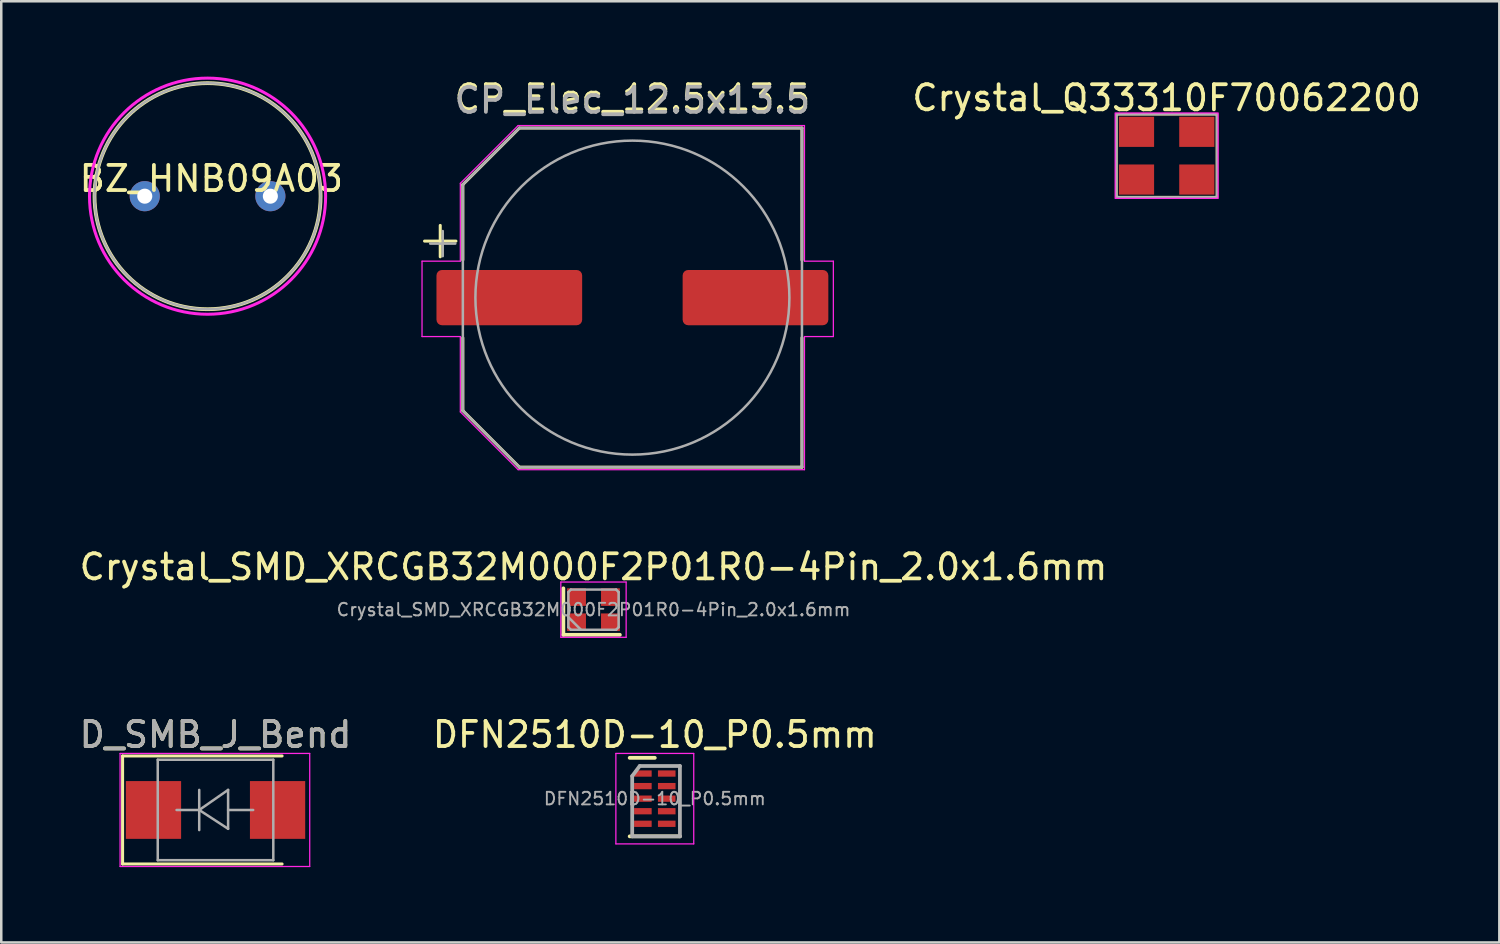
<source format=kicad_pcb>
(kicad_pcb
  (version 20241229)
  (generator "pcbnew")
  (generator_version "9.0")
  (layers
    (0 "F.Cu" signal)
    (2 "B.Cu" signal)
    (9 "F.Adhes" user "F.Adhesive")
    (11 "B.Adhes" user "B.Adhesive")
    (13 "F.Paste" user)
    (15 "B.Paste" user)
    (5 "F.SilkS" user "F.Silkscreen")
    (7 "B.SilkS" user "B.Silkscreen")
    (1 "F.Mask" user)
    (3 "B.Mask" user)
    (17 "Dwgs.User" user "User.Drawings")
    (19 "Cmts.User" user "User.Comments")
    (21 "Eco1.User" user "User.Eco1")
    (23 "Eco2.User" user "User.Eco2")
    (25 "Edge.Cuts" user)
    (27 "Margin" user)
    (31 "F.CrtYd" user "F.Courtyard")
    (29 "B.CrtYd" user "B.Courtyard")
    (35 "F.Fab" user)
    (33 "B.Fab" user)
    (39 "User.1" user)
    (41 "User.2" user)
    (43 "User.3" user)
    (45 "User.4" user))
  (footprint "D_SMB_J_Bend"
    (layer "F.Cu")
    (at 5.53 29.195)
    (property "Reference" "D_SMB_J_Bend" (at 0 -3 0) (layer "F.SilkS") (effects (font (size 1 1) (thickness 0.15))))
    (attr smd)
    (fp_line (start -3.7 -2.15) (end -3.7 2.15) (stroke (width 0.12) (type solid)) (layer "F.SilkS"))
    (fp_line (start -3.7 -2.15) (end 2.65 -2.15) (stroke (width 0.12) (type solid)) (layer "F.SilkS"))
    (fp_line (start -3.7 2.15) (end 2.65 2.15) (stroke (width 0.12) (type solid)) (layer "F.SilkS"))
    (fp_line (start -3.8 -2.25) (end 3.75 -2.25) (stroke (width 0.05) (type solid)) (layer "F.CrtYd"))
    (fp_line (start -3.8 2.25) (end -3.8 -2.25) (stroke (width 0.05) (type solid)) (layer "F.CrtYd"))
    (fp_line (start 3.75 -2.25) (end 3.75 2.25) (stroke (width 0.05) (type solid)) (layer "F.CrtYd"))
    (fp_line (start 3.75 2.25) (end -3.8 2.25) (stroke (width 0.05) (type solid)) (layer "F.CrtYd"))
    (fp_line (start -2.3 2) (end -2.3 -2) (stroke (width 0.1) (type solid)) (layer "F.Fab"))
    (fp_line (start -0.649 -0.799) (end -0.649 0.801) (stroke (width 0.1) (type solid)) (layer "F.Fab"))
    (fp_line (start -0.649 0.001) (end -1.551 0.001) (stroke (width 0.1) (type solid)) (layer "F.Fab"))
    (fp_line (start -0.649 0.001) (end 0.501 -0.799) (stroke (width 0.1) (type solid)) (layer "F.Fab"))
    (fp_line (start -0.649 0.001) (end 0.501 0.75) (stroke (width 0.1) (type solid)) (layer "F.Fab"))
    (fp_line (start 0.501 0.001) (end 1.499 0.001) (stroke (width 0.1) (type solid)) (layer "F.Fab"))
    (fp_line (start 0.501 0.75) (end 0.501 -0.799) (stroke (width 0.1) (type solid)) (layer "F.Fab"))
    (fp_line (start 2.3 -2) (end -2.3 -2) (stroke (width 0.1) (type solid)) (layer "F.Fab"))
    (fp_line (start 2.3 -2) (end 2.3 2) (stroke (width 0.1) (type solid)) (layer "F.Fab"))
    (fp_line (start 2.3 2) (end -2.3 2) (stroke (width 0.1) (type solid)) (layer "F.Fab"))
    (fp_text user "${REFERENCE}" (at 0 -3 0) (layer "F.Fab") (effects (font (size 1 1) (thickness 0.15))))
    (pad "1" smd rect (at -2.47 0) (size 2.2 2.3) (layers "F.Cu" "F.Mask" "F.Paste"))
    (pad "2" smd rect (at 2.47 0) (size 2.2 2.3) (layers "F.Cu" "F.Mask" "F.Paste")))
  (footprint "CP_Elec_12.5x13.5"
    (layer "F.Cu")
    (at 22.126 8.798)
    (property "Reference" "CP_Elec_12.5x13.5" (at 0 -7.95 0) (layer "F.SilkS") (effects (font (size 1 1) (thickness 0.15))))
    (attr smd)
    (fp_line (start -8.275 -2.25) (end -7.025 -2.25) (stroke (width 0.12) (type solid)) (layer "F.SilkS"))
    (fp_line (start -7.65 -2.875) (end -7.65 -1.625) (stroke (width 0.12) (type solid)) (layer "F.SilkS"))
    (fp_line (start -6.75 -4.5) (end -4.5 -6.75) (stroke (width 0.12) (type solid)) (layer "F.SilkS"))
    (fp_line (start -6.75 -1.5) (end -6.75 -4.5) (stroke (width 0.12) (type solid)) (layer "F.SilkS"))
    (fp_line (start -6.75 4.5) (end -6.75 1.6) (stroke (width 0.12) (type solid)) (layer "F.SilkS"))
    (fp_line (start -4.5 -6.75) (end 6.75 -6.75) (stroke (width 0.12) (type solid)) (layer "F.SilkS"))
    (fp_line (start -4.5 6.75) (end -6.75 4.5) (stroke (width 0.12) (type solid)) (layer "F.SilkS"))
    (fp_line (start 6.75 -6.75) (end 6.75 -1.5) (stroke (width 0.12) (type solid)) (layer "F.SilkS"))
    (fp_line (start 6.75 1.6) (end 6.75 6.75) (stroke (width 0.12) (type solid)) (layer "F.SilkS"))
    (fp_line (start 6.75 6.75) (end -4.5 6.75) (stroke (width 0.12) (type solid)) (layer "F.SilkS"))
    (fp_line (start -8.375 -1.45) (end -8.375 1.55) (stroke (width 0.05) (type solid)) (layer "F.CrtYd"))
    (fp_line (start -8.375 1.55) (end -6.85 1.55) (stroke (width 0.05) (type solid)) (layer "F.CrtYd"))
    (fp_line (start -6.85 -4.55) (end -6.85 -1.45) (stroke (width 0.05) (type solid)) (layer "F.CrtYd"))
    (fp_line (start -6.85 -4.55) (end -4.55 -6.85) (stroke (width 0.05) (type solid)) (layer "F.CrtYd"))
    (fp_line (start -6.85 -1.45) (end -8.375 -1.45) (stroke (width 0.05) (type solid)) (layer "F.CrtYd"))
    (fp_line (start -6.85 1.55) (end -6.85 4.55) (stroke (width 0.05) (type solid)) (layer "F.CrtYd"))
    (fp_line (start -6.85 4.55) (end -4.55 6.85) (stroke (width 0.05) (type solid)) (layer "F.CrtYd"))
    (fp_line (start -4.55 -6.85) (end 6.85 -6.85) (stroke (width 0.05) (type solid)) (layer "F.CrtYd"))
    (fp_line (start -4.55 6.85) (end 6.85 6.85) (stroke (width 0.05) (type solid)) (layer "F.CrtYd"))
    (fp_line (start 6.85 -6.85) (end 6.85 -1.45) (stroke (width 0.05) (type solid)) (layer "F.CrtYd"))
    (fp_line (start 6.85 -1.45) (end 8 -1.45) (stroke (width 0.05) (type solid)) (layer "F.CrtYd"))
    (fp_line (start 6.85 1.55) (end 6.85 6.85) (stroke (width 0.05) (type solid)) (layer "F.CrtYd"))
    (fp_line (start 8 -1.45) (end 8 1.55) (stroke (width 0.05) (type solid)) (layer "F.CrtYd"))
    (fp_line (start 8 1.55) (end 6.85 1.55) (stroke (width 0.05) (type solid)) (layer "F.CrtYd"))
    (fp_line (start -8.05 -2.15) (end -7.05 -2.15) (stroke (width 0.1) (type solid)) (layer "F.Fab"))
    (fp_line (start -7.55 -2.65) (end -7.55 -1.65) (stroke (width 0.1) (type solid)) (layer "F.Fab"))
    (fp_line (start -6.75 -4.5) (end -6.75 4.5) (stroke (width 0.1) (type solid)) (layer "F.Fab"))
    (fp_line (start -6.75 -4.5) (end -4.5 -6.75) (stroke (width 0.1) (type solid)) (layer "F.Fab"))
    (fp_line (start -6.75 4.5) (end -4.5 6.75) (stroke (width 0.1) (type solid)) (layer "F.Fab"))
    (fp_line (start -4.5 -6.75) (end 6.75 -6.75) (stroke (width 0.1) (type solid)) (layer "F.Fab"))
    (fp_line (start -4.5 6.75) (end 6.75 6.75) (stroke (width 0.1) (type solid)) (layer "F.Fab"))
    (fp_line (start 6.75 -6.75) (end 6.75 6.75) (stroke (width 0.1) (type solid)) (layer "F.Fab"))
    (fp_circle (center 0 0) (end 6.25 0) (stroke (width 0.1) (type solid)) (fill no) (layer "F.Fab"))
    (fp_text user "${REFERENCE}" (at 0 -7.85 0) (layer "F.Fab") (effects (font (size 1 1) (thickness 0.15))))
    (pad "1" smd roundrect (at -4.9 0) (size 5.8 2.2) (layers "F.Cu" "F.Mask" "F.Paste") (roundrect_rratio 0.1))
    (pad "2" smd roundrect (at 4.9 0) (size 5.8 2.2) (layers "F.Cu" "F.Mask" "F.Paste") (roundrect_rratio 0.1)))
  (footprint "DFN2510D-10_P0.5mm"
    (layer "F.Cu")
    (at 23.018 28.745)
    (property "Reference" "DFN2510D-10_P0.5mm" (at 0 -2.55 0) (layer "F.SilkS") (effects (font (size 1 1) (thickness 0.15))))
    (attr smd)
    (fp_line (start -1 1.5) (end 1 1.5) (stroke (width 0.15) (type solid)) (layer "F.SilkS"))
    (fp_line (start 0 -1.625) (end -1 -1.625) (stroke (width 0.15) (type solid)) (layer "F.SilkS"))
    (fp_line (start -1.55 -1.8) (end -1.55 1.8) (stroke (width 0.05) (type solid)) (layer "F.CrtYd"))
    (fp_line (start -1.55 -1.8) (end 1.55 -1.8) (stroke (width 0.05) (type solid)) (layer "F.CrtYd"))
    (fp_line (start -1.55 1.8) (end 1.55 1.8) (stroke (width 0.05) (type solid)) (layer "F.CrtYd"))
    (fp_line (start 1.55 -1.8) (end 1.55 1.8) (stroke (width 0.05) (type solid)) (layer "F.CrtYd"))
    (fp_line (start -0.9 -0.9) (end -0.6 -1.3) (stroke (width 0.15) (type solid)) (layer "F.Fab"))
    (fp_line (start -0.9 1.5) (end -0.9 -0.9) (stroke (width 0.15) (type solid)) (layer "F.Fab"))
    (fp_line (start -0.6 -1.3) (end 1 -1.3) (stroke (width 0.15) (type solid)) (layer "F.Fab"))
    (fp_line (start 1 -1.3) (end 1 1.5) (stroke (width 0.15) (type solid)) (layer "F.Fab"))
    (fp_line (start 1 1.5) (end -0.9 1.5) (stroke (width 0.15) (type solid)) (layer "F.Fab"))
    (fp_text user "${REFERENCE}" (at 0 0 0) (layer "F.Fab") (effects (font (size 0.5 0.5) (thickness 0.075))))
    (pad "1" smd rect (at -0.475 -1) (size 0.7 0.25) (layers "F.Cu" "F.Mask" "F.Paste"))
    (pad "2" smd rect (at -0.475 -0.5) (size 0.7 0.25) (layers "F.Cu" "F.Mask" "F.Paste"))
    (pad "3" smd rect (at -0.475 0) (size 0.7 0.25) (layers "F.Cu" "F.Mask" "F.Paste"))
    (pad "4" smd rect (at -0.475 0.5) (size 0.7 0.25) (layers "F.Cu" "F.Mask" "F.Paste"))
    (pad "5" smd rect (at -0.475 1) (size 0.7 0.25) (layers "F.Cu" "F.Mask" "F.Paste"))
    (pad "6" smd rect (at 0.475 1) (size 0.7 0.25) (layers "F.Cu" "F.Mask" "F.Paste"))
    (pad "7" smd rect (at 0.475 0.5) (size 0.7 0.25) (layers "F.Cu" "F.Mask" "F.Paste"))
    (pad "8" smd rect (at 0.475 0) (size 0.7 0.25) (layers "F.Cu" "F.Mask" "F.Paste"))
    (pad "9" smd rect (at 0.475 -0.5) (size 0.7 0.25) (layers "F.Cu" "F.Mask" "F.Paste"))
    (pad "10" smd rect (at 0.475 -1) (size 0.7 0.25) (layers "F.Cu" "F.Mask" "F.Paste")))
  (footprint "Crystal_Q33310F70062200"
    (layer "F.Cu")
    (at 43.395 3.148)
    (property "Reference" "Crystal_Q33310F70062200" (at 0 -2.3 0) (unlocked yes) (layer "F.SilkS") (effects (font (size 1 1) (thickness 0.15))))
    (attr smd)
    (fp_rect (start -2 -1.65) (end 2 1.65) (stroke (width 0.1) (type solid)) (fill no) (layer "F.SilkS"))
    (fp_rect (start 2.05 1.7) (end -2.05 -1.7) (stroke (width 0.05) (type solid)) (fill no) (layer "F.CrtYd"))
    (fp_rect (start -2 -1.65) (end 2 1.65) (stroke (width 0.08) (type solid)) (fill no) (layer "F.Fab"))
    (pad "1" smd rect (at -1.2 0.95) (size 1.4 1.2) (layers "F.Cu" "F.Mask" "F.Paste"))
    (pad "2" smd rect (at 1.2 0.95) (size 1.4 1.2) (layers "F.Cu" "F.Mask" "F.Paste"))
    (pad "3" smd rect (at 1.2 -0.95) (size 1.4 1.2) (layers "F.Cu" "F.Mask" "F.Paste"))
    (pad "4" smd rect (at -1.2 -0.95) (size 1.4 1.2) (layers "F.Cu" "F.Mask" "F.Paste")))
  (footprint "BZ_HNB09A03"
    (layer "F.Cu")
    (at 5.213 4.76)
    (property "Reference" "BZ_HNB09A03" (at 0.15 -0.7 0) (unlocked yes) (layer "F.SilkS") (effects (font (size 1 1) (thickness 0.15))))
    (attr through_hole)
    (fp_circle (center 0 0) (end 4.5 0) (stroke (width 0.15) (type solid)) (fill no) (layer "F.SilkS"))
    (fp_circle (center 0 0) (end 4.7 0) (stroke (width 0.12) (type solid)) (fill no) (layer "F.CrtYd"))
    (fp_circle (center 0 0) (end 4.5 0) (stroke (width 0.1) (type solid)) (fill no) (layer "F.Fab"))
    (pad "1" thru_hole circle (at -2.5 0) (size 1.2 1.2) (drill 0.6) (layers "*.Cu" "*.Mask"))
    (pad "2" thru_hole circle (at 2.5 0) (size 1.2 1.2) (drill 0.6) (layers "*.Cu" "*.Mask")))
  (footprint "Crystal_SMD_XRCGB32M000F2P01R0-4Pin_2.0x1.6mm"
    (layer "F.Cu")
    (at 20.577 21.221)
    (property "Reference" "Crystal_SMD_XRCGB32M000F2P01R0-4Pin_2.0x1.6mm" (at 0 -1.7 0) (layer "F.SilkS") (effects (font (size 1 1) (thickness 0.15))))
    (attr smd)
    (fp_line (start -1.2 1) (end -1.2 -0.85) (stroke (width 0.15) (type solid)) (layer "F.SilkS"))
    (fp_line (start -1.2 1) (end 1.05 1) (stroke (width 0.15) (type solid)) (layer "F.SilkS"))
    (fp_line (start -1.3 -1.1) (end -1.3 1.1) (stroke (width 0.05) (type solid)) (layer "F.CrtYd"))
    (fp_line (start -1.3 1.1) (end 1.3 1.1) (stroke (width 0.05) (type solid)) (layer "F.CrtYd"))
    (fp_line (start 1.3 -1.1) (end -1.3 -1.1) (stroke (width 0.05) (type solid)) (layer "F.CrtYd"))
    (fp_line (start 1.3 1.1) (end 1.3 -1.1) (stroke (width 0.05) (type solid)) (layer "F.CrtYd"))
    (fp_line (start -1 -0.7) (end -0.9 -0.8) (stroke (width 0.1) (type solid)) (layer "F.Fab"))
    (fp_line (start -1 0.3) (end -0.5 0.8) (stroke (width 0.1) (type solid)) (layer "F.Fab"))
    (fp_line (start -1 0.7) (end -1 -0.7) (stroke (width 0.1) (type solid)) (layer "F.Fab"))
    (fp_line (start -0.9 -0.8) (end 0.9 -0.8) (stroke (width 0.1) (type solid)) (layer "F.Fab"))
    (fp_line (start -0.9 0.8) (end -1 0.7) (stroke (width 0.1) (type solid)) (layer "F.Fab"))
    (fp_line (start 0.9 -0.8) (end 1 -0.7) (stroke (width 0.1) (type solid)) (layer "F.Fab"))
    (fp_line (start 0.9 0.8) (end -0.9 0.8) (stroke (width 0.1) (type solid)) (layer "F.Fab"))
    (fp_line (start 1 -0.7) (end 1 0.7) (stroke (width 0.1) (type solid)) (layer "F.Fab"))
    (fp_line (start 1 0.7) (end 0.9 0.8) (stroke (width 0.1) (type solid)) (layer "F.Fab"))
    (fp_text user "${REFERENCE}" (at 0 0 0) (layer "F.Fab") (effects (font (size 0.5 0.5) (thickness 0.075))))
    (pad "1" smd rect (at -0.675 0.5 90) (size 0.7 0.75) (layers "F.Cu" "F.Mask" "F.Paste"))
    (pad "2" smd rect (at 0.675 0.5 90) (size 0.7 0.75) (layers "F.Cu" "F.Mask" "F.Paste"))
    (pad "3" smd rect (at 0.675 -0.5 90) (size 0.7 0.75) (layers "F.Cu" "F.Mask" "F.Paste"))
    (pad "4" smd rect (at -0.675 -0.5 90) (size 0.7 0.75) (layers "F.Cu" "F.Mask" "F.Paste")))
  (gr_rect
    (start -3 -3)
    (end 56.639 34.47)
    (stroke (width 0.1) (type default))
    (fill no)
    (layer "Edge.Cuts")))
</source>
